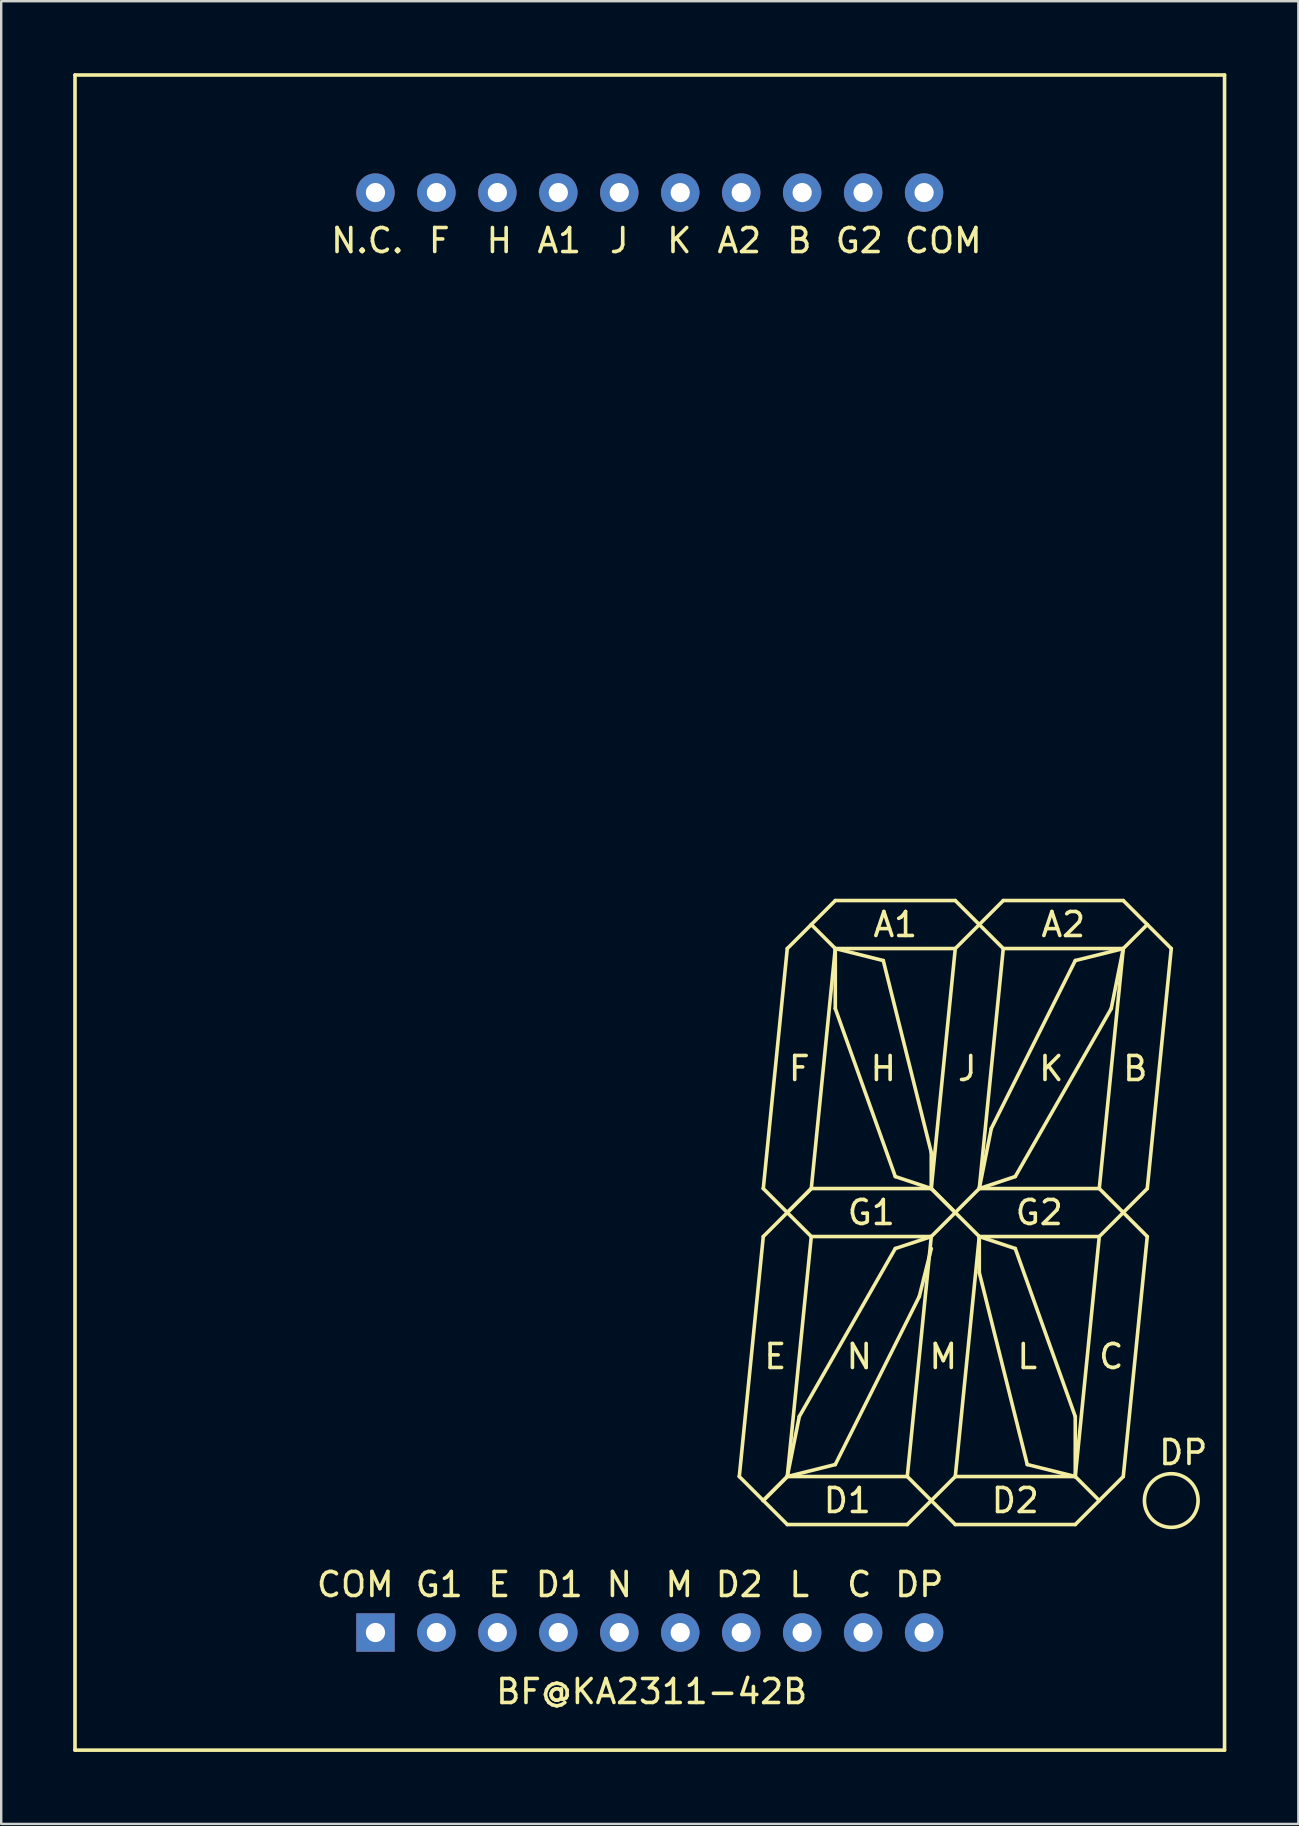
<source format=kicad_pcb>
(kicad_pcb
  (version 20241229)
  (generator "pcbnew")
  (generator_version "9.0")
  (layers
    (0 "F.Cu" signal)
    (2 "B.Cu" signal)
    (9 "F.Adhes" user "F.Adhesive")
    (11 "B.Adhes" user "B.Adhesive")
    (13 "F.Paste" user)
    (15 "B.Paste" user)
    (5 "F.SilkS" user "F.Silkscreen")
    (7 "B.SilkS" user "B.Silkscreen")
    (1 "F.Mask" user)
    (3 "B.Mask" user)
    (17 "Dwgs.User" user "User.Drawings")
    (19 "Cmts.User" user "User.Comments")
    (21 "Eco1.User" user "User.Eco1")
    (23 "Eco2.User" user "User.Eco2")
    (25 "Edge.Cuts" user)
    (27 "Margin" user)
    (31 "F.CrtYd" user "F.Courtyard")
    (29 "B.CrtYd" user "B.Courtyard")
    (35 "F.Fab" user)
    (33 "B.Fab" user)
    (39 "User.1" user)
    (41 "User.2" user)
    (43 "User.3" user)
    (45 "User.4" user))
  (footprint "BF@KA2311-42B"
    (layer "F.Cu")
    (at 22.755 34.975)
    (property "Reference" "BF@KA2311-42B" (at 1.35 32.46 0) (layer "F.SilkS") (effects (font (size 1 1) (thickness 0.15))))
    (attr through_hole)
    (fp_line (start -22.68 -34.9) (end -22.68 34.9) (stroke (width 0.15) (type solid)) (layer "F.SilkS"))
    (fp_line (start -22.68 34.9) (end 25.22 34.9) (stroke (width 0.15) (type solid)) (layer "F.SilkS"))
    (fp_line (start 5 23.5) (end 6 24.5) (stroke (width 0.15) (type solid)) (layer "F.SilkS"))
    (fp_line (start 6 11.5) (end 7 12.5) (stroke (width 0.15) (type solid)) (layer "F.SilkS"))
    (fp_line (start 6 13.5) (end 5 23.5) (stroke (width 0.15) (type solid)) (layer "F.SilkS"))
    (fp_line (start 6 24.5) (end 7 23.5) (stroke (width 0.15) (type solid)) (layer "F.SilkS"))
    (fp_line (start 6 24.5) (end 7 25.5) (stroke (width 0.15) (type solid)) (layer "F.SilkS"))
    (fp_line (start 7 1.5) (end 6 11.5) (stroke (width 0.15) (type solid)) (layer "F.SilkS"))
    (fp_line (start 7 12.5) (end 6 13.5) (stroke (width 0.15) (type solid)) (layer "F.SilkS"))
    (fp_line (start 7 12.5) (end 8 11.5) (stroke (width 0.15) (type solid)) (layer "F.SilkS"))
    (fp_line (start 7 12.5) (end 8 13.5) (stroke (width 0.15) (type solid)) (layer "F.SilkS"))
    (fp_line (start 7 23.5) (end 6 24.5) (stroke (width 0.15) (type solid)) (layer "F.SilkS"))
    (fp_line (start 7 23.5) (end 8 13.5) (stroke (width 0.15) (type solid)) (layer "F.SilkS"))
    (fp_line (start 7 23.5) (end 9 23) (stroke (width 0.15) (type solid)) (layer "F.SilkS"))
    (fp_line (start 7 25.5) (end 12 25.5) (stroke (width 0.15) (type solid)) (layer "F.SilkS"))
    (fp_line (start 7.5 21) (end 7 23.5) (stroke (width 0.15) (type solid)) (layer "F.SilkS"))
    (fp_line (start 8 0.5) (end 7 1.5) (stroke (width 0.15) (type solid)) (layer "F.SilkS"))
    (fp_line (start 8 0.5) (end 9 1.5) (stroke (width 0.15) (type solid)) (layer "F.SilkS"))
    (fp_line (start 8 11.5) (end 7 12.5) (stroke (width 0.15) (type solid)) (layer "F.SilkS"))
    (fp_line (start 8 11.5) (end 9 1.5) (stroke (width 0.15) (type solid)) (layer "F.SilkS"))
    (fp_line (start 8 13.5) (end 13 13.5) (stroke (width 0.15) (type solid)) (layer "F.SilkS"))
    (fp_line (start 9 -0.5) (end 8 0.5) (stroke (width 0.15) (type solid)) (layer "F.SilkS"))
    (fp_line (start 9 1.5) (end 11 2) (stroke (width 0.15) (type solid)) (layer "F.SilkS"))
    (fp_line (start 9 1.5) (end 14 1.5) (stroke (width 0.15) (type solid)) (layer "F.SilkS"))
    (fp_line (start 9 4) (end 9 1.5) (stroke (width 0.15) (type solid)) (layer "F.SilkS"))
    (fp_line (start 11 2) (end 13 10) (stroke (width 0.15) (type solid)) (layer "F.SilkS"))
    (fp_line (start 11.5 11) (end 9 4) (stroke (width 0.15) (type solid)) (layer "F.SilkS"))
    (fp_line (start 11.5 14) (end 7.5 21) (stroke (width 0.15) (type solid)) (layer "F.SilkS"))
    (fp_line (start 12 23.5) (end 7 23.5) (stroke (width 0.15) (type solid)) (layer "F.SilkS"))
    (fp_line (start 12 25.5) (end 13 24.5) (stroke (width 0.15) (type solid)) (layer "F.SilkS"))
    (fp_line (start 12.5 16) (end 9 23) (stroke (width 0.15) (type solid)) (layer "F.SilkS"))
    (fp_line (start 13 10) (end 13 11.5) (stroke (width 0.15) (type solid)) (layer "F.SilkS"))
    (fp_line (start 13 11.5) (end 8 11.5) (stroke (width 0.15) (type solid)) (layer "F.SilkS"))
    (fp_line (start 13 11.5) (end 11.5 11) (stroke (width 0.15) (type solid)) (layer "F.SilkS"))
    (fp_line (start 13 11.5) (end 14 12.5) (stroke (width 0.15) (type solid)) (layer "F.SilkS"))
    (fp_line (start 13 13.5) (end 11.5 14) (stroke (width 0.15) (type solid)) (layer "F.SilkS"))
    (fp_line (start 13 13.5) (end 12 23.5) (stroke (width 0.15) (type solid)) (layer "F.SilkS"))
    (fp_line (start 13 13.5) (end 14 12.5) (stroke (width 0.15) (type solid)) (layer "F.SilkS"))
    (fp_line (start 13 14) (end 12.5 16) (stroke (width 0.15) (type solid)) (layer "F.SilkS"))
    (fp_line (start 13 24.5) (end 12 23.5) (stroke (width 0.15) (type solid)) (layer "F.SilkS"))
    (fp_line (start 13 24.5) (end 14 25.5) (stroke (width 0.15) (type solid)) (layer "F.SilkS"))
    (fp_line (start 14 -0.5) (end 9 -0.5) (stroke (width 0.15) (type solid)) (layer "F.SilkS"))
    (fp_line (start 14 1.5) (end 13 11.5) (stroke (width 0.15) (type solid)) (layer "F.SilkS"))
    (fp_line (start 14 1.5) (end 15 0.5) (stroke (width 0.15) (type solid)) (layer "F.SilkS"))
    (fp_line (start 14 12.5) (end 13 11.5) (stroke (width 0.15) (type solid)) (layer "F.SilkS"))
    (fp_line (start 14 12.5) (end 15 13.5) (stroke (width 0.15) (type solid)) (layer "F.SilkS"))
    (fp_line (start 14 23.5) (end 13 24.5) (stroke (width 0.15) (type solid)) (layer "F.SilkS"))
    (fp_line (start 14 23.5) (end 15 13.5) (stroke (width 0.15) (type solid)) (layer "F.SilkS"))
    (fp_line (start 14 25.5) (end 19 25.5) (stroke (width 0.15) (type solid)) (layer "F.SilkS"))
    (fp_line (start 15 0.5) (end 14 -0.5) (stroke (width 0.15) (type solid)) (layer "F.SilkS"))
    (fp_line (start 15 0.5) (end 16 1.5) (stroke (width 0.15) (type solid)) (layer "F.SilkS"))
    (fp_line (start 15 11.5) (end 14 12.5) (stroke (width 0.15) (type solid)) (layer "F.SilkS"))
    (fp_line (start 15 11.5) (end 15.5 9) (stroke (width 0.15) (type solid)) (layer "F.SilkS"))
    (fp_line (start 15 11.5) (end 16 1.5) (stroke (width 0.15) (type solid)) (layer "F.SilkS"))
    (fp_line (start 15 11.5) (end 16.5 11) (stroke (width 0.15) (type solid)) (layer "F.SilkS"))
    (fp_line (start 15 13.5) (end 16.5 14) (stroke (width 0.15) (type solid)) (layer "F.SilkS"))
    (fp_line (start 15 13.5) (end 20 13.5) (stroke (width 0.15) (type solid)) (layer "F.SilkS"))
    (fp_line (start 15 15) (end 15 13.5) (stroke (width 0.15) (type solid)) (layer "F.SilkS"))
    (fp_line (start 15.5 9) (end 19 2) (stroke (width 0.15) (type solid)) (layer "F.SilkS"))
    (fp_line (start 16 -0.5) (end 15 0.5) (stroke (width 0.15) (type solid)) (layer "F.SilkS"))
    (fp_line (start 16 1.5) (end 21 1.5) (stroke (width 0.15) (type solid)) (layer "F.SilkS"))
    (fp_line (start 16.5 11) (end 20.5 4) (stroke (width 0.15) (type solid)) (layer "F.SilkS"))
    (fp_line (start 16.5 14) (end 19 21) (stroke (width 0.15) (type solid)) (layer "F.SilkS"))
    (fp_line (start 17 23) (end 15 15) (stroke (width 0.15) (type solid)) (layer "F.SilkS"))
    (fp_line (start 19 21) (end 19 23.5) (stroke (width 0.15) (type solid)) (layer "F.SilkS"))
    (fp_line (start 19 23.5) (end 14 23.5) (stroke (width 0.15) (type solid)) (layer "F.SilkS"))
    (fp_line (start 19 23.5) (end 17 23) (stroke (width 0.15) (type solid)) (layer "F.SilkS"))
    (fp_line (start 19 25.5) (end 20 24.5) (stroke (width 0.15) (type solid)) (layer "F.SilkS"))
    (fp_line (start 20 11.5) (end 15 11.5) (stroke (width 0.15) (type solid)) (layer "F.SilkS"))
    (fp_line (start 20 13.5) (end 19 23.5) (stroke (width 0.15) (type solid)) (layer "F.SilkS"))
    (fp_line (start 20 13.5) (end 21 12.5) (stroke (width 0.15) (type solid)) (layer "F.SilkS"))
    (fp_line (start 20 24.5) (end 19 23.5) (stroke (width 0.15) (type solid)) (layer "F.SilkS"))
    (fp_line (start 20 24.5) (end 21 23.5) (stroke (width 0.15) (type solid)) (layer "F.SilkS"))
    (fp_line (start 21 -0.5) (end 16 -0.5) (stroke (width 0.15) (type solid)) (layer "F.SilkS"))
    (fp_line (start 21 1.5) (end 19 2) (stroke (width 0.15) (type solid)) (layer "F.SilkS"))
    (fp_line (start 21 1.5) (end 20 11.5) (stroke (width 0.15) (type solid)) (layer "F.SilkS"))
    (fp_line (start 21 1.5) (end 20.5 4) (stroke (width 0.15) (type solid)) (layer "F.SilkS"))
    (fp_line (start 21 1.5) (end 22 0.5) (stroke (width 0.15) (type solid)) (layer "F.SilkS"))
    (fp_line (start 21 12.5) (end 20 11.5) (stroke (width 0.15) (type solid)) (layer "F.SilkS"))
    (fp_line (start 21 23.5) (end 22 13.5) (stroke (width 0.15) (type solid)) (layer "F.SilkS"))
    (fp_line (start 22 0.5) (end 21 -0.5) (stroke (width 0.15) (type solid)) (layer "F.SilkS"))
    (fp_line (start 22 0.5) (end 23 1.5) (stroke (width 0.15) (type solid)) (layer "F.SilkS"))
    (fp_line (start 22 11.5) (end 21 12.5) (stroke (width 0.15) (type solid)) (layer "F.SilkS"))
    (fp_line (start 22 13.5) (end 21 12.5) (stroke (width 0.15) (type solid)) (layer "F.SilkS"))
    (fp_line (start 23 1.5) (end 22 11.5) (stroke (width 0.15) (type solid)) (layer "F.SilkS"))
    (fp_line (start 25.22 -34.9) (end -22.68 -34.9) (stroke (width 0.15) (type solid)) (layer "F.SilkS"))
    (fp_line (start 25.22 34.9) (end 25.22 -34.9) (stroke (width 0.15) (type solid)) (layer "F.SilkS"))
    (fp_circle (center 23 24.5) (end 22.5 23.5) (stroke (width 0.15) (type solid)) (fill no) (layer "F.SilkS"))
    (fp_text user "M" (at 13.5 18.5 0) (layer "F.SilkS") (effects (font (size 1 1) (thickness 0.15))))
    (fp_text user "G2" (at 17.5 12.5 0) (layer "F.SilkS") (effects (font (size 1 1) (thickness 0.15))))
    (fp_text user "M" (at 2.5 28 0) (layer "F.SilkS") (effects (font (size 1 1) (thickness 0.15))))
    (fp_text user "D2" (at 5 28 0) (layer "F.SilkS") (effects (font (size 1 1) (thickness 0.15))))
    (fp_text user "B" (at 7.5 -28 0) (layer "F.SilkS") (effects (font (size 1 1) (thickness 0.15))))
    (fp_text user "D2" (at 16.5 24.5 0) (layer "F.SilkS") (effects (font (size 1 1) (thickness 0.15))))
    (fp_text user "D1" (at 9.5 24.5 0) (layer "F.SilkS") (effects (font (size 1 1) (thickness 0.15))))
    (fp_text user "COM" (at -11 28 0) (layer "F.SilkS") (effects (font (size 1 1) (thickness 0.15))))
    (fp_text user "J" (at 14.5 6.5 0) (layer "F.SilkS") (effects (font (size 1 1) (thickness 0.15))))
    (fp_text user "A1" (at 11.5 0.5 0) (layer "F.SilkS") (effects (font (size 1 1) (thickness 0.15))))
    (fp_text user "K" (at 2.5 -28 0) (layer "F.SilkS") (effects (font (size 1 1) (thickness 0.15))))
    (fp_text user "N.C." (at -10.5 -28 0) (layer "F.SilkS") (effects (font (size 1 1) (thickness 0.15))))
    (fp_text user "DP" (at 23.5 22.5 0) (layer "F.SilkS") (effects (font (size 1 1) (thickness 0.15))))
    (fp_text user "N" (at 0 28 0) (layer "F.SilkS") (effects (font (size 1 1) (thickness 0.15))))
    (fp_text user "B" (at 21.5 6.5 0) (layer "F.SilkS") (effects (font (size 1 1) (thickness 0.15))))
    (fp_text user "F" (at -7.5 -28 0) (layer "F.SilkS") (effects (font (size 1 1) (thickness 0.15))))
    (fp_text user "H" (at -5 -28 0) (layer "F.SilkS") (effects (font (size 1 1) (thickness 0.15))))
    (fp_text user "L" (at 7.5 28 0) (layer "F.SilkS") (effects (font (size 1 1) (thickness 0.15))))
    (fp_text user "G1" (at -7.5 28 0) (layer "F.SilkS") (effects (font (size 1 1) (thickness 0.15))))
    (fp_text user "G1" (at 10.5 12.5 0) (layer "F.SilkS") (effects (font (size 1 1) (thickness 0.15))))
    (fp_text user "E" (at 6.5 18.5 0) (layer "F.SilkS") (effects (font (size 1 1) (thickness 0.15))))
    (fp_text user "A2" (at 5 -28 0) (layer "F.SilkS") (effects (font (size 1 1) (thickness 0.15))))
    (fp_text user "F" (at 7.5 6.5 0) (layer "F.SilkS") (effects (font (size 1 1) (thickness 0.15))))
    (fp_text user "N" (at 10 18.5 0) (layer "F.SilkS") (effects (font (size 1 1) (thickness 0.15))))
    (fp_text user "E" (at -5 28 0) (layer "F.SilkS") (effects (font (size 1 1) (thickness 0.15))))
    (fp_text user "G2" (at 10 -28 0) (layer "F.SilkS") (effects (font (size 1 1) (thickness 0.15))))
    (fp_text user "K" (at 18 6.5 0) (layer "F.SilkS") (effects (font (size 1 1) (thickness 0.15))))
    (fp_text user "DP" (at 12.5 28 0) (layer "F.SilkS") (effects (font (size 1 1) (thickness 0.15))))
    (fp_text user "J" (at 0 -28 0) (layer "F.SilkS") (effects (font (size 1 1) (thickness 0.15))))
    (fp_text user "H" (at 11 6.5 0) (layer "F.SilkS") (effects (font (size 1 1) (thickness 0.15))))
    (fp_text user "A2" (at 18.5 0.5 0) (layer "F.SilkS") (effects (font (size 1 1) (thickness 0.15))))
    (fp_text user "D1" (at -2.5 28 0) (layer "F.SilkS") (effects (font (size 1 1) (thickness 0.15))))
    (fp_text user "A1" (at -2.5 -28 0) (layer "F.SilkS") (effects (font (size 1 1) (thickness 0.15))))
    (fp_text user "C" (at 10 28 0) (layer "F.SilkS") (effects (font (size 1 1) (thickness 0.15))))
    (fp_text user "C" (at 20.5 18.5 0) (layer "F.SilkS") (effects (font (size 1 1) (thickness 0.15))))
    (fp_text user "L" (at 17 18.5 0) (layer "F.SilkS") (effects (font (size 1 1) (thickness 0.15))))
    (fp_text user "COM" (at 13.5 -28 0) (layer "F.SilkS") (effects (font (size 1 1) (thickness 0.15))))
    (pad "1" thru_hole rect (at -10.16 30) (size 1.6 1.6) (drill 0.8) (layers "*.Cu" "*.Mask"))
    (pad "2" thru_hole circle (at -7.62 30) (size 1.6 1.6) (drill 0.8) (layers "*.Cu" "*.Mask"))
    (pad "3" thru_hole circle (at -5.08 30) (size 1.6 1.6) (drill 0.8) (layers "*.Cu" "*.Mask"))
    (pad "4" thru_hole circle (at -2.54 30) (size 1.6 1.6) (drill 0.8) (layers "*.Cu" "*.Mask"))
    (pad "5" thru_hole circle (at 0 30) (size 1.6 1.6) (drill 0.8) (layers "*.Cu" "*.Mask"))
    (pad "6" thru_hole circle (at 2.54 30) (size 1.6 1.6) (drill 0.8) (layers "*.Cu" "*.Mask"))
    (pad "7" thru_hole circle (at 5.08 30) (size 1.6 1.6) (drill 0.8) (layers "*.Cu" "*.Mask"))
    (pad "8" thru_hole circle (at 7.62 30) (size 1.6 1.6) (drill 0.8) (layers "*.Cu" "*.Mask"))
    (pad "9" thru_hole circle (at 10.16 30) (size 1.6 1.6) (drill 0.8) (layers "*.Cu" "*.Mask"))
    (pad "10" thru_hole circle (at 12.7 30) (size 1.6 1.6) (drill 0.8) (layers "*.Cu" "*.Mask"))
    (pad "11" thru_hole circle (at 12.7 -30) (size 1.6 1.6) (drill 0.8) (layers "*.Cu" "*.Mask"))
    (pad "12" thru_hole circle (at 10.16 -30) (size 1.6 1.6) (drill 0.8) (layers "*.Cu" "*.Mask"))
    (pad "13" thru_hole circle (at 7.62 -30) (size 1.6 1.6) (drill 0.8) (layers "*.Cu" "*.Mask"))
    (pad "14" thru_hole circle (at 5.08 -30) (size 1.6 1.6) (drill 0.8) (layers "*.Cu" "*.Mask"))
    (pad "15" thru_hole circle (at 2.54 -30) (size 1.6 1.6) (drill 0.8) (layers "*.Cu" "*.Mask"))
    (pad "16" thru_hole circle (at 0 -30) (size 1.6 1.6) (drill 0.8) (layers "*.Cu" "*.Mask"))
    (pad "17" thru_hole circle (at -2.54 -30) (size 1.6 1.6) (drill 0.8) (layers "*.Cu" "*.Mask"))
    (pad "18" thru_hole circle (at -5.08 -30) (size 1.6 1.6) (drill 0.8) (layers "*.Cu" "*.Mask"))
    (pad "19" thru_hole circle (at -7.62 -30) (size 1.6 1.6) (drill 0.8) (layers "*.Cu" "*.Mask"))
    (pad "20" thru_hole circle (at -10.16 -30) (size 1.6 1.6) (drill 0.8) (layers "*.Cu" "*.Mask")))
  (gr_rect
    (start -3 -3)
    (end 51.05 72.95)
    (stroke (width 0.1) (type default))
    (fill no)
    (layer "Edge.Cuts")))
</source>
